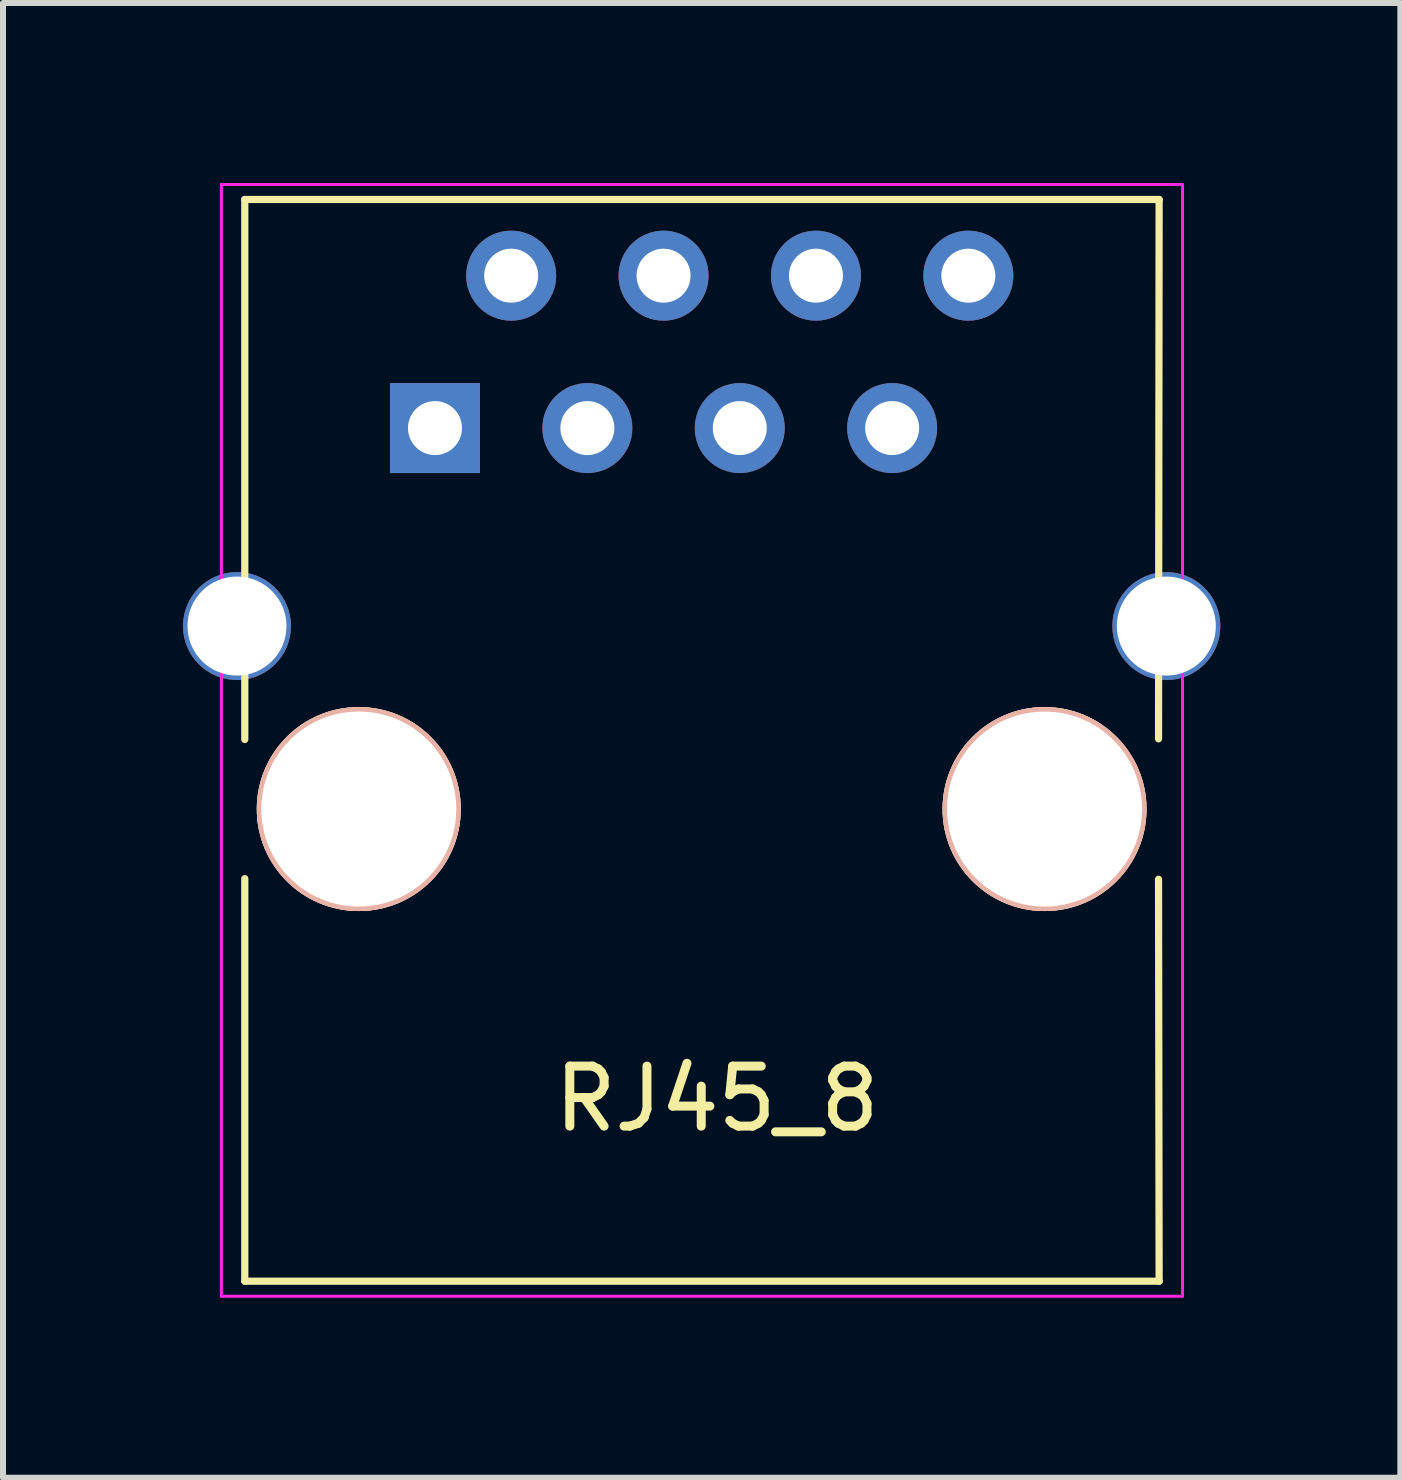
<source format=kicad_pcb>
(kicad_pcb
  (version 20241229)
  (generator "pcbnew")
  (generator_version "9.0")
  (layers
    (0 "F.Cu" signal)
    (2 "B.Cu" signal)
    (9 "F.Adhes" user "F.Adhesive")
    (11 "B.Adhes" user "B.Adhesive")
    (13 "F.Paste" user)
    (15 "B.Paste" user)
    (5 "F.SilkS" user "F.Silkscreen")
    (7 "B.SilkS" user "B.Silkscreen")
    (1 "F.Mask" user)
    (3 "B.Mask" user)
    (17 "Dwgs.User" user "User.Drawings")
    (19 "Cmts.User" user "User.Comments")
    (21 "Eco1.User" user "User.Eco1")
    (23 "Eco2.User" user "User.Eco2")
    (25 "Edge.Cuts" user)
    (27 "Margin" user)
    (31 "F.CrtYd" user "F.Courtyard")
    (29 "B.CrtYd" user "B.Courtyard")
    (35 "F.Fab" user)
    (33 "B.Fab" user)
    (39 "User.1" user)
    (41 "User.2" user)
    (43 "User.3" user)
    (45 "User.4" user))
  (footprint "RJ45_8"
    (layer "F.Cu")
    (at 4.2 4.085)
    (property "Reference" "RJ45_8" (at 4.7 11.18 0) (layer "F.SilkS") (effects (font (size 1 1) (thickness 0.15))))
    (attr through_hole)
    (fp_line (start -3.17 -3.81) (end -3.17 5.19) (stroke (width 0.12) (type solid)) (layer "F.SilkS"))
    (fp_line (start -3.17 7.51) (end -3.17 14.22) (stroke (width 0.12) (type solid)) (layer "F.SilkS"))
    (fp_line (start -3.17 14.22) (end 12.07 14.22) (stroke (width 0.12) (type solid)) (layer "F.SilkS"))
    (fp_line (start 12.06 7.52) (end 12.07 14.22) (stroke (width 0.12) (type solid)) (layer "F.SilkS"))
    (fp_line (start 12.07 -3.81) (end -3.17 -3.81) (stroke (width 0.12) (type solid)) (layer "F.SilkS"))
    (fp_line (start 12.07 -3.81) (end 12.06 5.18) (stroke (width 0.12) (type solid)) (layer "F.SilkS"))
    (fp_line (start -3.56 -4.06) (end -3.56 14.47) (stroke (width 0.05) (type solid)) (layer "F.CrtYd"))
    (fp_line (start -3.56 -4.06) (end 12.46 -4.06) (stroke (width 0.05) (type solid)) (layer "F.CrtYd"))
    (fp_line (start 12.46 14.47) (end -3.56 14.47) (stroke (width 0.05) (type solid)) (layer "F.CrtYd"))
    (fp_line (start 12.46 14.47) (end 12.46 -4.06) (stroke (width 0.05) (type solid)) (layer "F.CrtYd"))
    (pad "" thru_hole circle (at -3.3 3.3) (size 1.8 1.8) (drill 1.65) (layers "*.Cu" "*.Mask"))
    (pad "" np_thru_hole circle (at -1.27 6.35) (size 3.4 3.4) (drill 3.25) (layers "*.Cu" "*.SilkS" "*.Mask"))
    (pad "" np_thru_hole circle (at 10.16 6.35) (size 3.4 3.4) (drill 3.25) (layers "*.Cu" "*.SilkS" "*.Mask"))
    (pad "" thru_hole circle (at 12.19 3.3) (size 1.8 1.8) (drill 1.65) (layers "*.Cu" "*.Mask"))
    (pad "1" thru_hole rect (at 0 0) (size 1.5 1.5) (drill 0.9) (layers "*.Cu" "*.Mask"))
    (pad "2" thru_hole circle (at 1.27 -2.54) (size 1.5 1.5) (drill 0.9) (layers "*.Cu" "*.Mask"))
    (pad "3" thru_hole circle (at 2.54 0) (size 1.5 1.5) (drill 0.9) (layers "*.Cu" "*.Mask"))
    (pad "4" thru_hole circle (at 3.81 -2.54) (size 1.5 1.5) (drill 0.9) (layers "*.Cu" "*.Mask"))
    (pad "5" thru_hole circle (at 5.08 0) (size 1.5 1.5) (drill 0.9) (layers "*.Cu" "*.Mask"))
    (pad "6" thru_hole circle (at 6.35 -2.54) (size 1.5 1.5) (drill 0.9) (layers "*.Cu" "*.Mask"))
    (pad "7" thru_hole circle (at 7.62 0) (size 1.5 1.5) (drill 0.9) (layers "*.Cu" "*.Mask"))
    (pad "8" thru_hole circle (at 8.89 -2.54) (size 1.5 1.5) (drill 0.9) (layers "*.Cu" "*.Mask")))
  (gr_rect
    (start -3 -3)
    (end 20.29 21.58)
    (stroke (width 0.1) (type default))
    (fill no)
    (layer "Edge.Cuts")))
</source>
